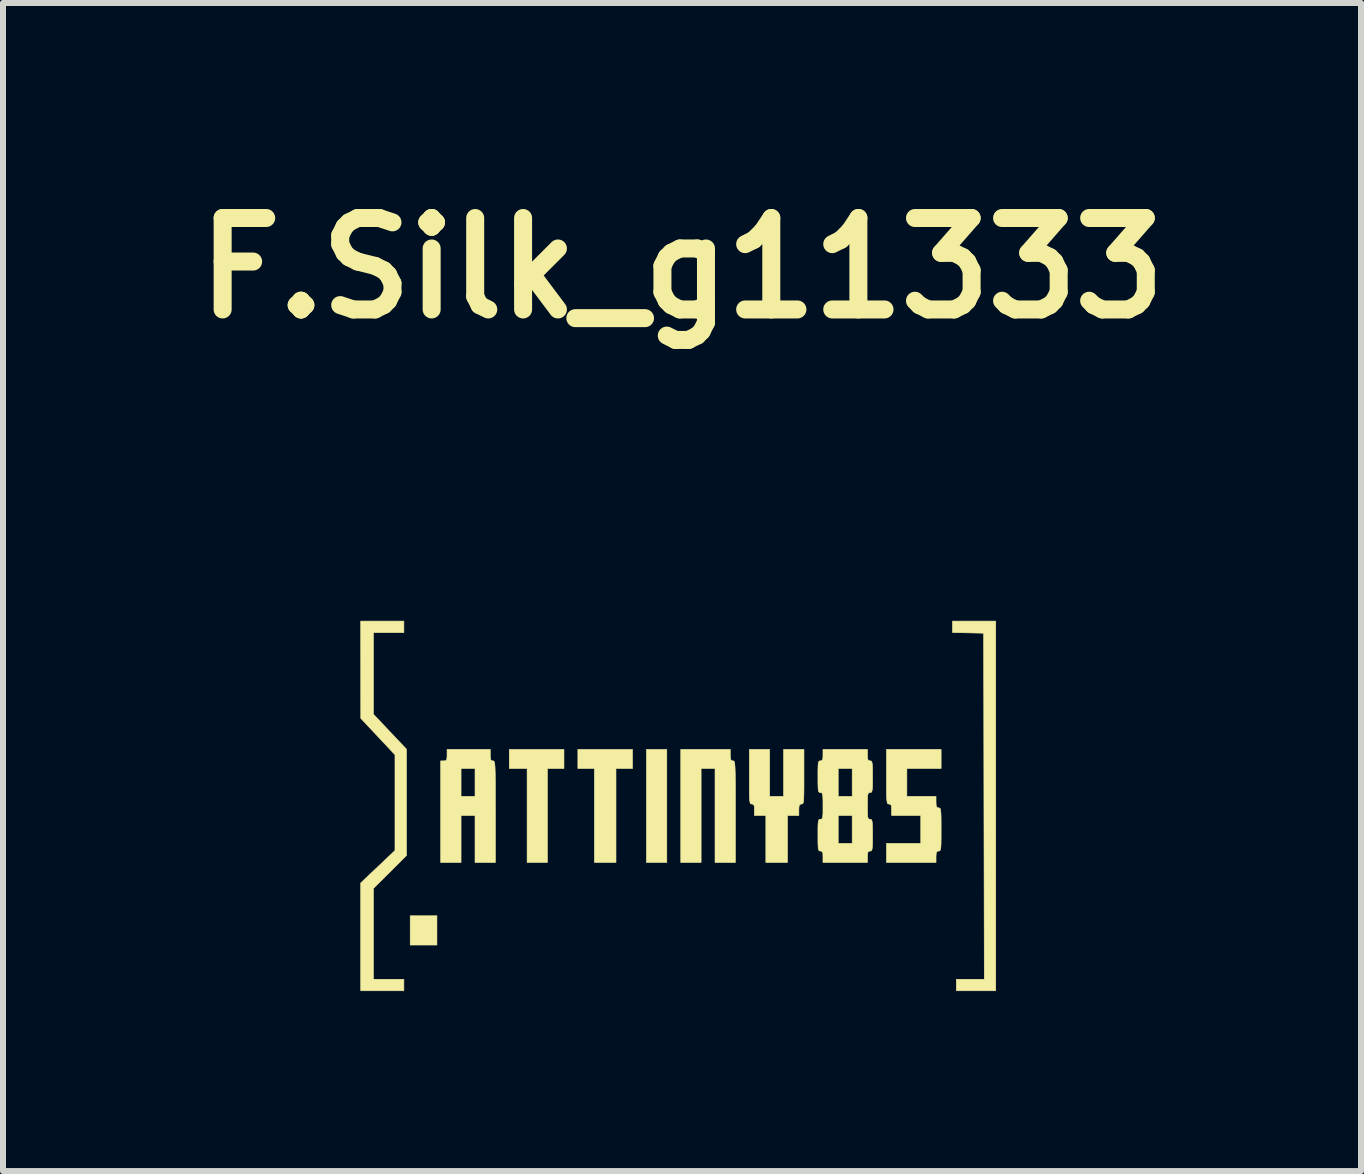
<source format=kicad_pcb>
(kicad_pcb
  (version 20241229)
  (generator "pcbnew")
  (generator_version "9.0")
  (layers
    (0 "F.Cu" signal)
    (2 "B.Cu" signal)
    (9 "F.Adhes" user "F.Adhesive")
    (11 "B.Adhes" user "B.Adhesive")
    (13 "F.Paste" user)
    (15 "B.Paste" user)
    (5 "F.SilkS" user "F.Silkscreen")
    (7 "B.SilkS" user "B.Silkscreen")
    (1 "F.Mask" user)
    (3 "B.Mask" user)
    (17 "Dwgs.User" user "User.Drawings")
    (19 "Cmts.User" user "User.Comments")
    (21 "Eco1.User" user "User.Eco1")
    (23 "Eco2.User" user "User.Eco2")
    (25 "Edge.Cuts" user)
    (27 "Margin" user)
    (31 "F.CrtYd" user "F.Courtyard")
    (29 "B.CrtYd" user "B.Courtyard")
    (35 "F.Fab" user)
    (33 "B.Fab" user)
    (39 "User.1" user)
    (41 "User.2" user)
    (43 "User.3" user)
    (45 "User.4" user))
  (footprint "F.Silk_g11333"
    (layer "F.Cu")
    (at 8.317 1.418)
    (property "Reference" "F.Silk_g11333" (at 0 0 0) (layer "F.SilkS") (effects (font (size 1.524 1.524) (thickness 0.3))))
    (attr through_hole)
    (fp_poly (pts (xy -4.085 11.282) (xy -4.53 11.282) (xy -4.53 10.795) (xy -4.085 10.795) (xy -4.085 11.282)) (stroke (width 0.01) (type solid)) (fill yes) (layer "F.SilkS"))
    (fp_poly (pts (xy -0.254 9.906) (xy -0.593 9.906) (xy -0.593 8.022) (xy -0.254 8.022) (xy -0.254 9.906)) (stroke (width 0.01) (type solid)) (fill yes) (layer "F.SilkS"))
    (fp_poly (pts (xy -1.968 8.34) (xy -2.244 8.34) (xy -2.244 9.906) (xy -2.582 9.906) (xy -2.582 8.34) (xy -2.879 8.34) (xy -2.879 8.022) (xy -1.968 8.022) (xy -1.968 8.34)) (stroke (width 0.01) (type solid)) (fill yes) (layer "F.SilkS"))
    (fp_poly (pts (xy -0.826 8.34) (xy -1.101 8.34) (xy -1.101 9.906) (xy -1.46 9.906) (xy -1.46 8.34) (xy -1.736 8.34) (xy -1.736 8.022) (xy -0.826 8.022) (xy -0.826 8.34)) (stroke (width 0.01) (type solid)) (fill yes) (layer "F.SilkS"))
    (fp_poly (pts (xy 5.228 12.044) (xy 4.572 12.044) (xy 4.572 11.853) (xy 5.038 11.853) (xy 5.032 8.969) (xy 5.027 6.085) (xy 4.768 6.079) (xy 4.508 6.074) (xy 4.508 5.884) (xy 5.228 5.884) (xy 5.228 12.044)) (stroke (width 0.01) (type solid)) (fill yes) (layer "F.SilkS"))
    (fp_poly (pts (xy -4.636 6.075) (xy -5.144 6.075) (xy -5.144 7.436) (xy -4.868 7.727) (xy -4.593 8.018) (xy -4.593 9.79) (xy -4.868 10.065) (xy -5.144 10.339) (xy -5.144 11.853) (xy -4.636 11.853) (xy -4.636 12.044) (xy -5.355 12.044) (xy -5.355 10.248) (xy -4.784 9.707) (xy -4.784 8.111) (xy -5.354 7.504) (xy -5.355 5.884) (xy -4.636 5.884) (xy -4.636 6.075)) (stroke (width 0.01) (type solid)) (fill yes) (layer "F.SilkS"))
    (fp_poly (pts (xy 0.804 8.117) (xy 0.807 8.177) (xy 0.819 8.205) (xy 0.844 8.213) (xy 0.847 8.213) (xy 0.857 8.214) (xy 0.866 8.219) (xy 0.873 8.233) (xy 0.878 8.26) (xy 0.882 8.302) (xy 0.885 8.365) (xy 0.887 8.451) (xy 0.888 8.566) (xy 0.889 8.712) (xy 0.889 8.893) (xy 0.889 9.059) (xy 0.889 9.906) (xy 0.55 9.906) (xy 0.55 8.34) (xy 0.318 8.34) (xy 0.318 9.906) (xy -0.021 9.906) (xy -0.021 8.022) (xy 0.804 8.022) (xy 0.804 8.117)) (stroke (width 0.01) (type solid)) (fill yes) (layer "F.SilkS"))
    (fp_poly (pts (xy -3.196 8.117) (xy -3.193 8.177) (xy -3.182 8.205) (xy -3.157 8.213) (xy -3.154 8.213) (xy -3.143 8.214) (xy -3.135 8.219) (xy -3.128 8.233) (xy -3.122 8.26) (xy -3.118 8.302) (xy -3.115 8.365) (xy -3.113 8.451) (xy -3.112 8.566) (xy -3.112 8.712) (xy -3.112 8.893) (xy -3.111 9.059) (xy -3.111 9.906) (xy -3.45 9.906) (xy -3.45 9.123) (xy -3.683 9.123) (xy -3.683 9.906) (xy -4.022 9.906) (xy -4.022 8.34) (xy -3.683 8.34) (xy -3.683 8.805) (xy -3.45 8.805) (xy -3.45 8.34) (xy -3.683 8.34) (xy -4.022 8.34) (xy -4.022 8.213) (xy -3.969 8.213) (xy -3.936 8.209) (xy -3.921 8.189) (xy -3.916 8.143) (xy -3.916 8.117) (xy -3.916 8.022) (xy -3.196 8.022) (xy -3.196 8.117)) (stroke (width 0.01) (type solid)) (fill yes) (layer "F.SilkS"))
    (fp_poly (pts (xy 1.46 8.805) (xy 1.693 8.805) (xy 1.693 8.022) (xy 2.032 8.022) (xy 2.032 8.477) (xy 2.032 8.627) (xy 2.031 8.74) (xy 2.029 8.821) (xy 2.026 8.875) (xy 2.02 8.908) (xy 2.012 8.925) (xy 2.001 8.931) (xy 1.99 8.932) (xy 1.963 8.939) (xy 1.951 8.964) (xy 1.947 9.021) (xy 1.947 9.028) (xy 1.947 9.123) (xy 1.757 9.123) (xy 1.757 9.906) (xy 1.397 9.906) (xy 1.397 9.123) (xy 1.206 9.123) (xy 1.206 9.028) (xy 1.204 8.968) (xy 1.192 8.94) (xy 1.167 8.932) (xy 1.164 8.932) (xy 1.15 8.931) (xy 1.14 8.923) (xy 1.132 8.902) (xy 1.127 8.865) (xy 1.124 8.805) (xy 1.122 8.718) (xy 1.122 8.597) (xy 1.122 8.477) (xy 1.122 8.022) (xy 1.46 8.022) (xy 1.46 8.805)) (stroke (width 0.01) (type solid)) (fill yes) (layer "F.SilkS"))
    (fp_poly (pts (xy 4.318 8.34) (xy 3.747 8.34) (xy 3.747 8.805) (xy 4.233 8.805) (xy 4.233 8.901) (xy 4.236 8.96) (xy 4.248 8.988) (xy 4.273 8.996) (xy 4.276 8.996) (xy 4.291 8.998) (xy 4.302 9.007) (xy 4.31 9.031) (xy 4.314 9.073) (xy 4.317 9.142) (xy 4.318 9.241) (xy 4.318 9.356) (xy 4.318 9.487) (xy 4.317 9.581) (xy 4.314 9.646) (xy 4.309 9.685) (xy 4.301 9.706) (xy 4.289 9.714) (xy 4.276 9.716) (xy 4.249 9.722) (xy 4.237 9.748) (xy 4.233 9.804) (xy 4.233 9.811) (xy 4.233 9.906) (xy 3.408 9.906) (xy 3.408 9.588) (xy 3.979 9.588) (xy 3.979 9.123) (xy 3.493 9.123) (xy 3.493 9.028) (xy 3.49 8.968) (xy 3.478 8.94) (xy 3.453 8.932) (xy 3.45 8.932) (xy 3.436 8.931) (xy 3.426 8.923) (xy 3.418 8.902) (xy 3.413 8.865) (xy 3.41 8.805) (xy 3.408 8.718) (xy 3.408 8.597) (xy 3.408 8.477) (xy 3.408 8.022) (xy 4.318 8.022) (xy 4.318 8.34)) (stroke (width 0.01) (type solid)) (fill yes) (layer "F.SilkS"))
    (fp_poly (pts (xy 3.09 8.117) (xy 3.093 8.177) (xy 3.105 8.205) (xy 3.13 8.213) (xy 3.133 8.213) (xy 3.15 8.215) (xy 3.162 8.227) (xy 3.169 8.255) (xy 3.173 8.306) (xy 3.175 8.388) (xy 3.175 8.477) (xy 3.175 8.587) (xy 3.173 8.661) (xy 3.168 8.707) (xy 3.16 8.731) (xy 3.147 8.74) (xy 3.133 8.742) (xy 3.114 8.745) (xy 3.102 8.758) (xy 3.094 8.789) (xy 3.091 8.846) (xy 3.09 8.936) (xy 3.09 8.964) (xy 3.091 9.063) (xy 3.093 9.128) (xy 3.099 9.164) (xy 3.11 9.182) (xy 3.127 9.186) (xy 3.133 9.186) (xy 3.15 9.189) (xy 3.162 9.201) (xy 3.169 9.229) (xy 3.173 9.28) (xy 3.175 9.361) (xy 3.175 9.451) (xy 3.175 9.561) (xy 3.173 9.635) (xy 3.168 9.681) (xy 3.16 9.705) (xy 3.147 9.714) (xy 3.133 9.716) (xy 3.106 9.722) (xy 3.094 9.748) (xy 3.09 9.804) (xy 3.09 9.811) (xy 3.09 9.906) (xy 2.349 9.906) (xy 2.349 9.811) (xy 2.347 9.751) (xy 2.335 9.723) (xy 2.31 9.716) (xy 2.307 9.716) (xy 2.29 9.713) (xy 2.278 9.701) (xy 2.27 9.673) (xy 2.267 9.622) (xy 2.265 9.541) (xy 2.265 9.451) (xy 2.265 9.341) (xy 2.267 9.267) (xy 2.272 9.221) (xy 2.28 9.197) (xy 2.293 9.188) (xy 2.307 9.186) (xy 2.326 9.184) (xy 2.338 9.17) (xy 2.345 9.139) (xy 2.346 9.123) (xy 2.603 9.123) (xy 2.603 9.588) (xy 2.836 9.588) (xy 2.836 9.123) (xy 2.603 9.123) (xy 2.346 9.123) (xy 2.349 9.082) (xy 2.349 8.992) (xy 2.349 8.964) (xy 2.349 8.865) (xy 2.346 8.801) (xy 2.34 8.764) (xy 2.33 8.747) (xy 2.312 8.742) (xy 2.307 8.742) (xy 2.29 8.739) (xy 2.278 8.728) (xy 2.27 8.7) (xy 2.267 8.648) (xy 2.265 8.567) (xy 2.265 8.477) (xy 2.265 8.367) (xy 2.266 8.34) (xy 2.603 8.34) (xy 2.603 8.805) (xy 2.836 8.805) (xy 2.836 8.34) (xy 2.603 8.34) (xy 2.266 8.34) (xy 2.267 8.293) (xy 2.272 8.247) (xy 2.28 8.223) (xy 2.293 8.214) (xy 2.307 8.213) (xy 2.334 8.206) (xy 2.346 8.181) (xy 2.349 8.124) (xy 2.349 8.117) (xy 2.349 8.022) (xy 3.09 8.022) (xy 3.09 8.117)) (stroke (width 0.01) (type solid)) (fill yes) (layer "F.SilkS")))
  (gr_rect
    (start -3 -3)
    (end 19.633 16.467)
    (stroke (width 0.1) (type default))
    (fill no)
    (layer "Edge.Cuts")))
</source>
